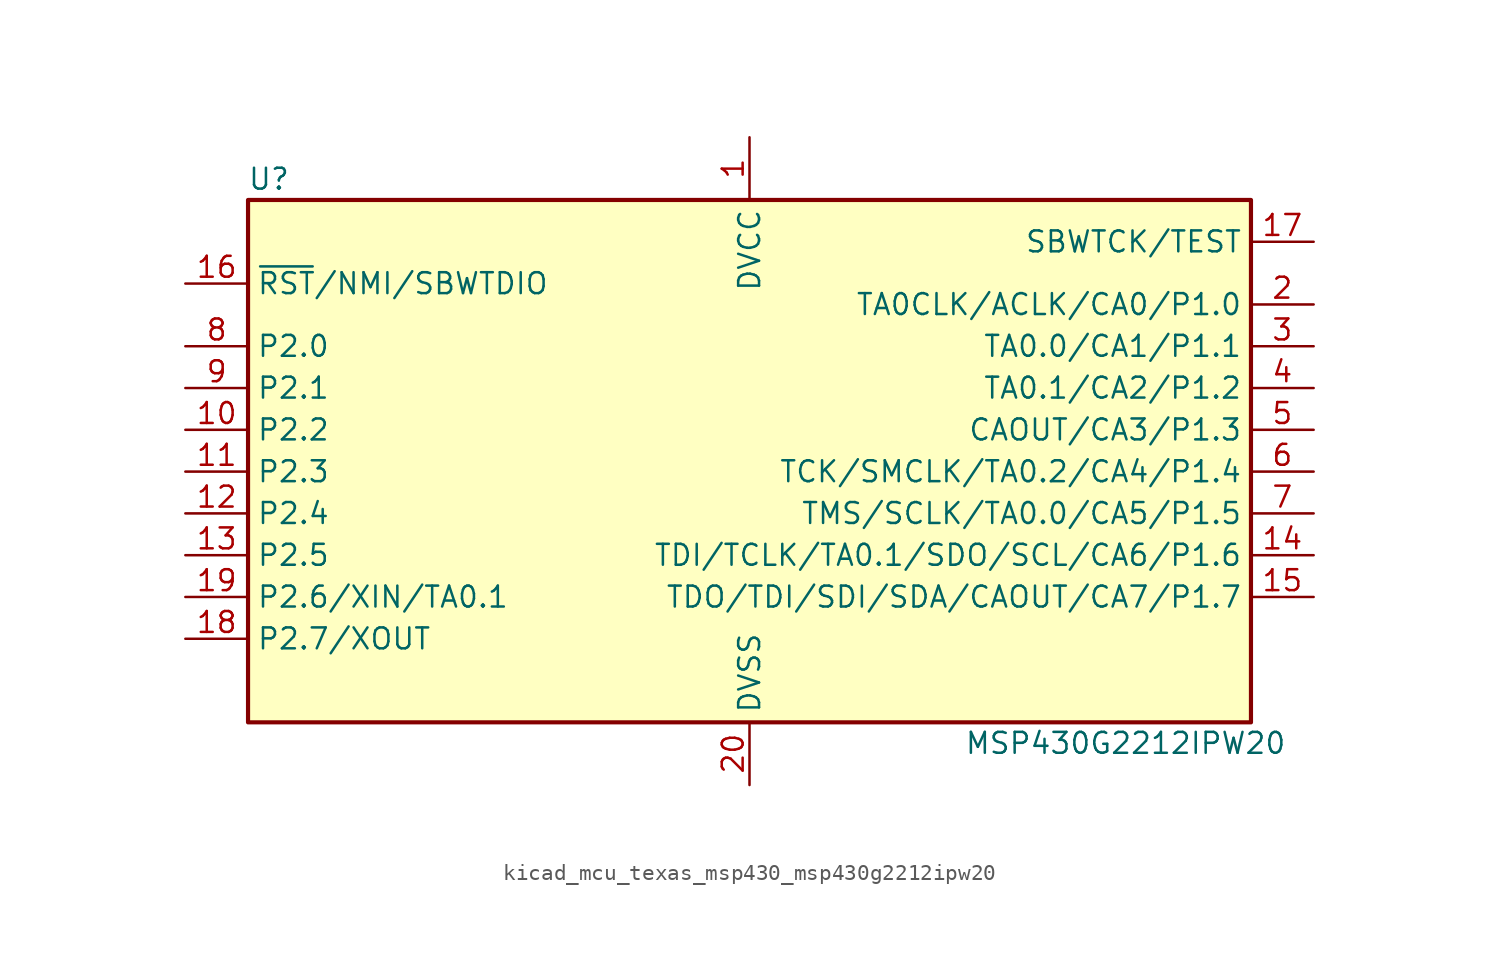
<source format=kicad_sym>
(kicad_symbol_lib
  (version 20220914)
  (generator kicad_symbol_editor)
  (symbol "kicad_mcu_texas_msp430_msp430g2212ipw20"
    (property "Reference" "U"
      (at -29.21 17.78 0)
      (effects (font (size 1.27 1.27))))
    (property "Value" "MSP430G2212IPW20"
      (at 22.86 -16.51 0)
      (effects (font (size 1.27 1.27))))
    (symbol "kicad_mcu_texas_msp430_msp430g2212ipw20_0_1"
      (rectangle (start -30.48 16.51) (end 30.48 -15.24) (stroke (width 0.254) (type default)) (fill (type background))))
    (symbol "kicad_mcu_texas_msp430_msp430g2212ipw20_1_1"
      (pin power_in line (at 0 20.32 270) (length 3.81) (name "DVCC" (effects (font (size 1.27 1.27)))) (number "1" (effects (font (size 1.27 1.27)))))
      (pin bidirectional line (at -34.29 2.54 0) (length 3.81) (name "P2.2" (effects (font (size 1.27 1.27)))) (number "10" (effects (font (size 1.27 1.27)))))
      (pin bidirectional line (at -34.29 0 0) (length 3.81) (name "P2.3" (effects (font (size 1.27 1.27)))) (number "11" (effects (font (size 1.27 1.27)))))
      (pin bidirectional line (at -34.29 -2.54 0) (length 3.81) (name "P2.4" (effects (font (size 1.27 1.27)))) (number "12" (effects (font (size 1.27 1.27)))))
      (pin bidirectional line (at -34.29 -5.08 0) (length 3.81) (name "P2.5" (effects (font (size 1.27 1.27)))) (number "13" (effects (font (size 1.27 1.27)))))
      (pin bidirectional line (at 34.29 -5.08 180) (length 3.81) (name "TDI/TCLK/TA0.1/SDO/SCL/CA6/P1.6" (effects (font (size 1.27 1.27)))) (number "14" (effects (font (size 1.27 1.27)))))
      (pin bidirectional line (at 34.29 -7.62 180) (length 3.81) (name "TDO/TDI/SDI/SDA/CAOUT/CA7/P1.7" (effects (font (size 1.27 1.27)))) (number "15" (effects (font (size 1.27 1.27)))))
      (pin input line (at -34.29 11.43 0) (length 3.81) (name "~{RST}/NMI/SBWTDIO" (effects (font (size 1.27 1.27)))) (number "16" (effects (font (size 1.27 1.27)))))
      (pin input line (at 34.29 13.97 180) (length 3.81) (name "SBWTCK/TEST" (effects (font (size 1.27 1.27)))) (number "17" (effects (font (size 1.27 1.27)))))
      (pin bidirectional line (at -34.29 -10.16 0) (length 3.81) (name "P2.7/XOUT" (effects (font (size 1.27 1.27)))) (number "18" (effects (font (size 1.27 1.27)))))
      (pin bidirectional line (at -34.29 -7.62 0) (length 3.81) (name "P2.6/XIN/TA0.1" (effects (font (size 1.27 1.27)))) (number "19" (effects (font (size 1.27 1.27)))))
      (pin bidirectional line (at 34.29 10.16 180) (length 3.81) (name "TA0CLK/ACLK/CA0/P1.0" (effects (font (size 1.27 1.27)))) (number "2" (effects (font (size 1.27 1.27)))))
      (pin power_in line (at 0 -19.05 90) (length 3.81) (name "DVSS" (effects (font (size 1.27 1.27)))) (number "20" (effects (font (size 1.27 1.27)))))
      (pin bidirectional line (at 34.29 7.62 180) (length 3.81) (name "TA0.0/CA1/P1.1" (effects (font (size 1.27 1.27)))) (number "3" (effects (font (size 1.27 1.27)))))
      (pin bidirectional line (at 34.29 5.08 180) (length 3.81) (name "TA0.1/CA2/P1.2" (effects (font (size 1.27 1.27)))) (number "4" (effects (font (size 1.27 1.27)))))
      (pin bidirectional line (at 34.29 2.54 180) (length 3.81) (name "CAOUT/CA3/P1.3" (effects (font (size 1.27 1.27)))) (number "5" (effects (font (size 1.27 1.27)))))
      (pin bidirectional line (at 34.29 0 180) (length 3.81) (name "TCK/SMCLK/TA0.2/CA4/P1.4" (effects (font (size 1.27 1.27)))) (number "6" (effects (font (size 1.27 1.27)))))
      (pin bidirectional line (at 34.29 -2.54 180) (length 3.81) (name "TMS/SCLK/TA0.0/CA5/P1.5" (effects (font (size 1.27 1.27)))) (number "7" (effects (font (size 1.27 1.27)))))
      (pin bidirectional line (at -34.29 7.62 0) (length 3.81) (name "P2.0" (effects (font (size 1.27 1.27)))) (number "8" (effects (font (size 1.27 1.27)))))
      (pin bidirectional line (at -34.29 5.08 0) (length 3.81) (name "P2.1" (effects (font (size 1.27 1.27)))) (number "9" (effects (font (size 1.27 1.27))))))))
</source>
